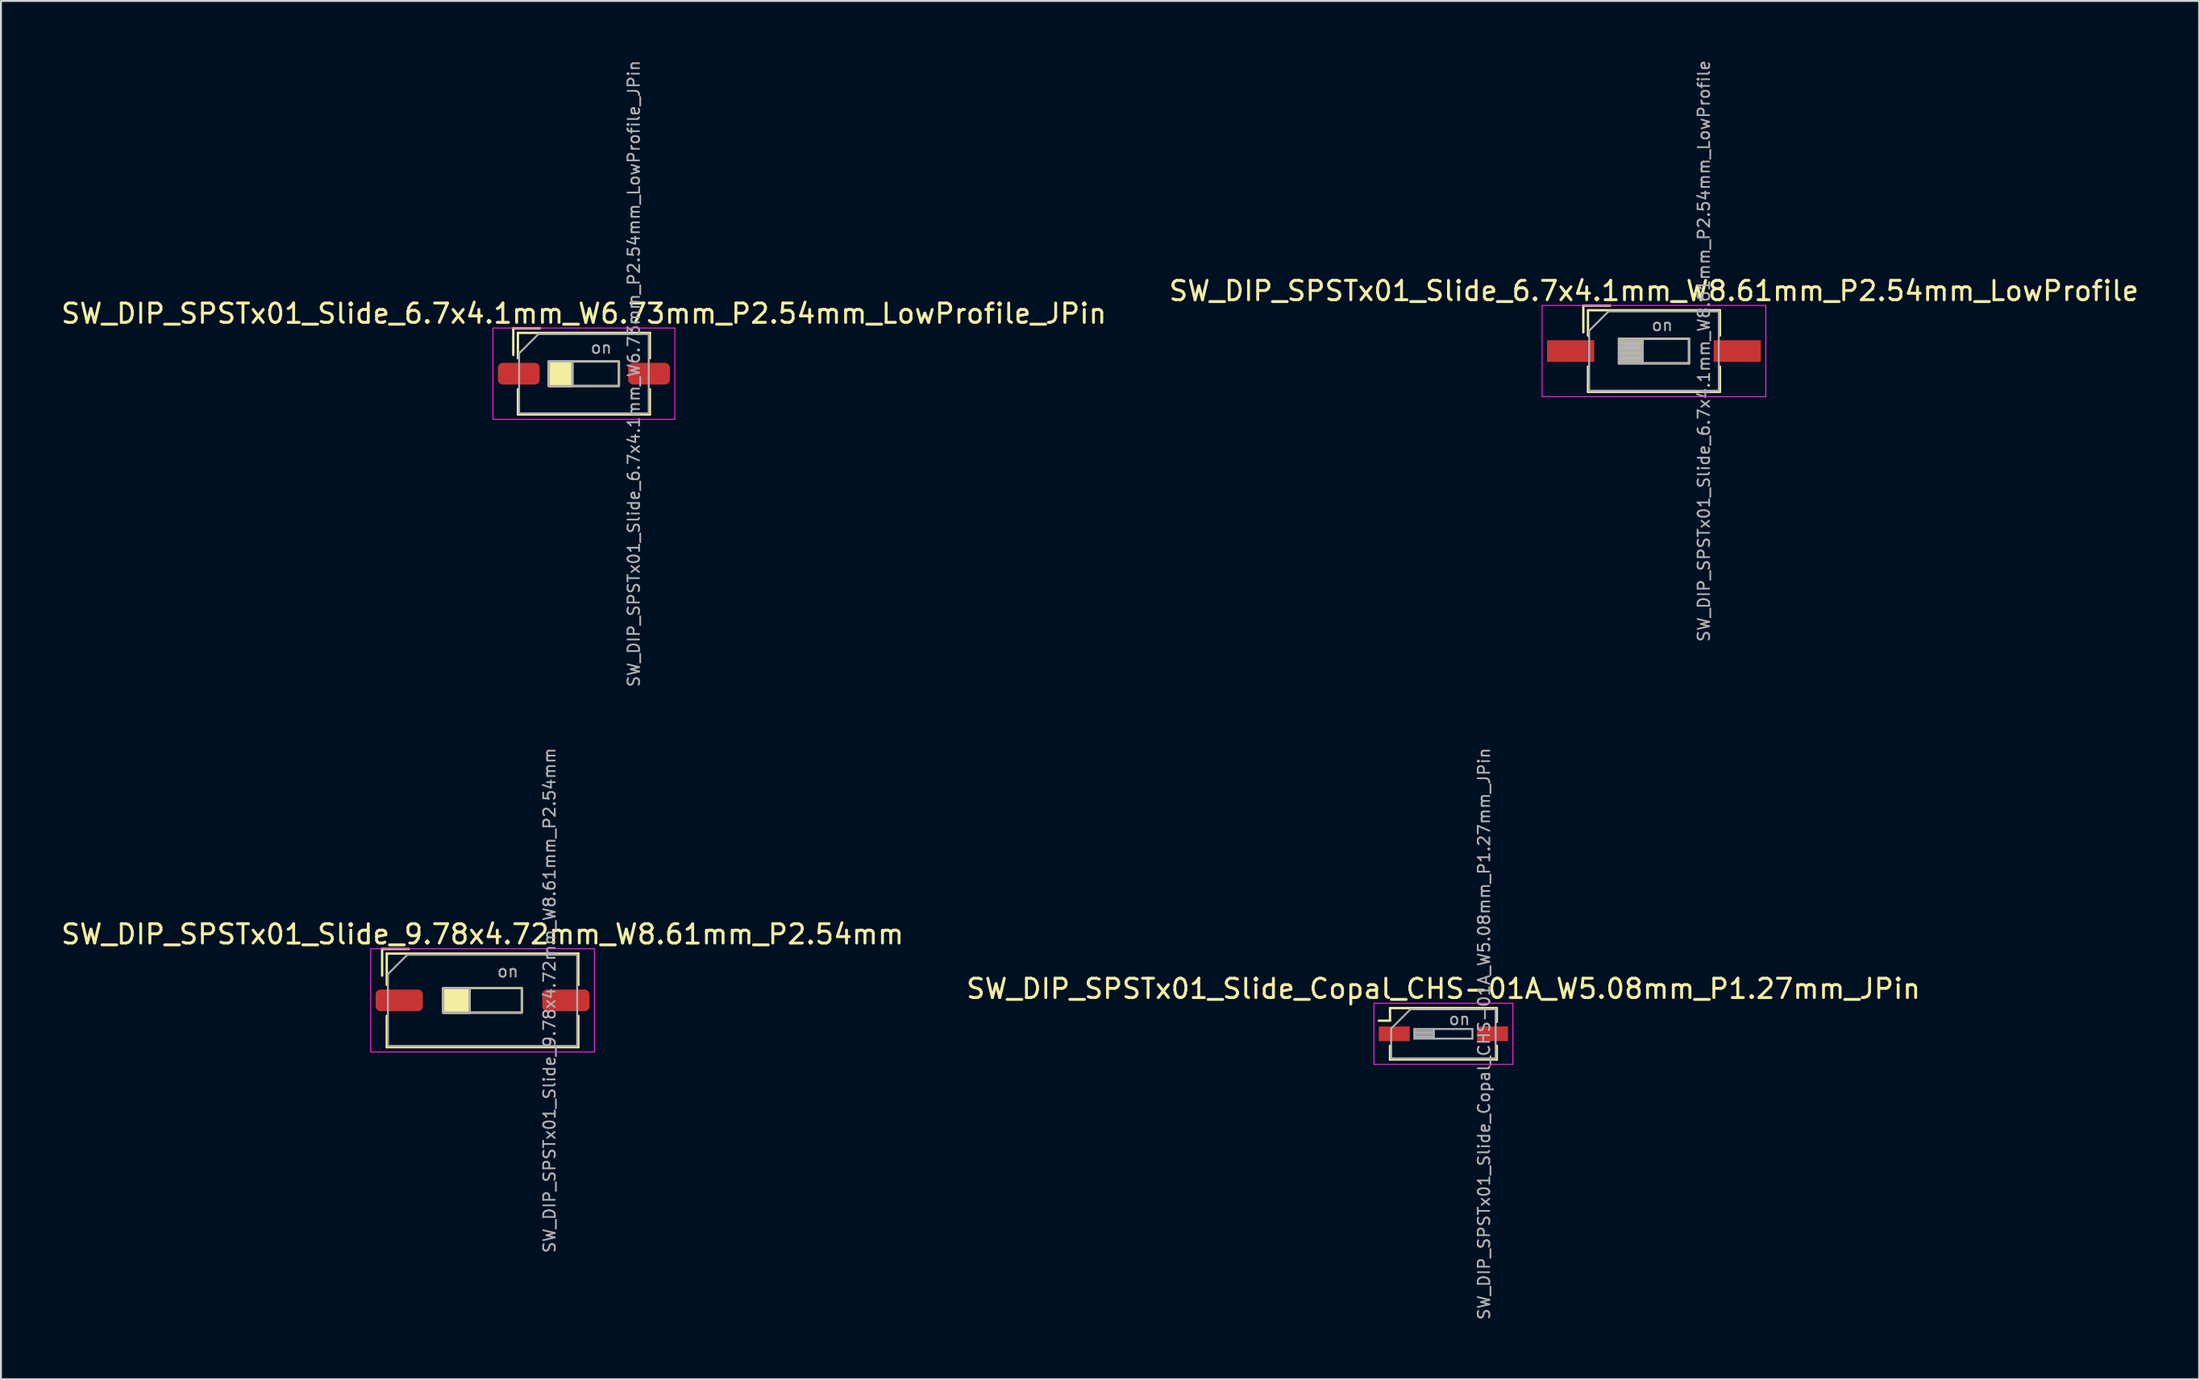
<source format=kicad_pcb>
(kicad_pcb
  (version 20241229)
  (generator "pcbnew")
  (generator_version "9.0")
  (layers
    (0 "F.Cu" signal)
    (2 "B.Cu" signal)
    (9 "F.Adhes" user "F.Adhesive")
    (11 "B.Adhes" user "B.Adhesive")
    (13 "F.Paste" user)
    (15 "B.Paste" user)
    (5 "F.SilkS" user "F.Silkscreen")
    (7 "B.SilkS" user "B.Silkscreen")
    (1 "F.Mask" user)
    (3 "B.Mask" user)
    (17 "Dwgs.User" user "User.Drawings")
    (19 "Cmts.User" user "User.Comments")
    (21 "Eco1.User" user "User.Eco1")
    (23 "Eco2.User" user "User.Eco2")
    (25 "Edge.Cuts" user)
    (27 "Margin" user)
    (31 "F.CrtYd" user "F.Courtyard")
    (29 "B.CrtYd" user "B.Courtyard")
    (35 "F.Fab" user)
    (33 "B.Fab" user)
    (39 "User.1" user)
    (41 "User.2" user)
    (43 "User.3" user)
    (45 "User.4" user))
  (footprint "SW_DIP_SPSTx01_Slide_6.7x4.1mm_W8.61mm_P2.54mm_LowProfile"
    (layer "F.Cu")
    (at 82.423 15.104)
    (property "Reference" "SW_DIP_SPSTx01_Slide_6.7x4.1mm_W8.61mm_P2.54mm_LowProfile" (at 0 -3.11 0) (layer "F.SilkS") (effects (font (size 1 1) (thickness 0.15))))
    (attr smd)
    (fp_line (start -3.65 -2.35) (end -3.65 -0.967) (stroke (width 0.12) (type solid)) (layer "F.SilkS"))
    (fp_line (start -3.65 -2.35) (end -2.267 -2.35) (stroke (width 0.12) (type solid)) (layer "F.SilkS"))
    (fp_line (start -3.41 -2.11) (end -3.41 -0.8) (stroke (width 0.12) (type solid)) (layer "F.SilkS"))
    (fp_line (start -3.41 -2.11) (end 3.41 -2.11) (stroke (width 0.12) (type solid)) (layer "F.SilkS"))
    (fp_line (start -3.41 0.8) (end -3.41 2.11) (stroke (width 0.12) (type solid)) (layer "F.SilkS"))
    (fp_line (start -3.41 2.11) (end 3.41 2.11) (stroke (width 0.12) (type solid)) (layer "F.SilkS"))
    (fp_line (start -1.81 -0.635) (end -1.81 0.635) (stroke (width 0.12) (type solid)) (layer "F.SilkS"))
    (fp_line (start -1.81 -0.515) (end -0.603 -0.515) (stroke (width 0.12) (type solid)) (layer "F.SilkS"))
    (fp_line (start -1.81 -0.395) (end -0.603 -0.395) (stroke (width 0.12) (type solid)) (layer "F.SilkS"))
    (fp_line (start -1.81 -0.275) (end -0.603 -0.275) (stroke (width 0.12) (type solid)) (layer "F.SilkS"))
    (fp_line (start -1.81 -0.155) (end -0.603 -0.155) (stroke (width 0.12) (type solid)) (layer "F.SilkS"))
    (fp_line (start -1.81 -0.035) (end -0.603 -0.035) (stroke (width 0.12) (type solid)) (layer "F.SilkS"))
    (fp_line (start -1.81 0.085) (end -0.603 0.085) (stroke (width 0.12) (type solid)) (layer "F.SilkS"))
    (fp_line (start -1.81 0.205) (end -0.603 0.205) (stroke (width 0.12) (type solid)) (layer "F.SilkS"))
    (fp_line (start -1.81 0.325) (end -0.603 0.325) (stroke (width 0.12) (type solid)) (layer "F.SilkS"))
    (fp_line (start -1.81 0.445) (end -0.603 0.445) (stroke (width 0.12) (type solid)) (layer "F.SilkS"))
    (fp_line (start -1.81 0.565) (end -0.603 0.565) (stroke (width 0.12) (type solid)) (layer "F.SilkS"))
    (fp_line (start -1.81 0.635) (end 1.81 0.635) (stroke (width 0.12) (type solid)) (layer "F.SilkS"))
    (fp_line (start -0.603 -0.635) (end -0.603 0.635) (stroke (width 0.12) (type solid)) (layer "F.SilkS"))
    (fp_line (start 1.81 -0.635) (end -1.81 -0.635) (stroke (width 0.12) (type solid)) (layer "F.SilkS"))
    (fp_line (start 1.81 0.635) (end 1.81 -0.635) (stroke (width 0.12) (type solid)) (layer "F.SilkS"))
    (fp_line (start 3.41 -2.11) (end 3.41 -0.8) (stroke (width 0.12) (type solid)) (layer "F.SilkS"))
    (fp_line (start 3.41 0.8) (end 3.41 2.11) (stroke (width 0.12) (type solid)) (layer "F.SilkS"))
    (fp_line (start -5.78 -2.36) (end -5.78 2.36) (stroke (width 0.05) (type solid)) (layer "F.CrtYd"))
    (fp_line (start -5.78 2.36) (end 5.78 2.36) (stroke (width 0.05) (type solid)) (layer "F.CrtYd"))
    (fp_line (start 5.78 -2.36) (end -5.78 -2.36) (stroke (width 0.05) (type solid)) (layer "F.CrtYd"))
    (fp_line (start 5.78 2.36) (end 5.78 -2.36) (stroke (width 0.05) (type solid)) (layer "F.CrtYd"))
    (fp_line (start -3.35 -1.05) (end -2.35 -2.05) (stroke (width 0.1) (type solid)) (layer "F.Fab"))
    (fp_line (start -3.35 2.05) (end -3.35 -1.05) (stroke (width 0.1) (type solid)) (layer "F.Fab"))
    (fp_line (start -2.35 -2.05) (end 3.35 -2.05) (stroke (width 0.1) (type solid)) (layer "F.Fab"))
    (fp_line (start -1.81 -0.635) (end -1.81 0.635) (stroke (width 0.1) (type solid)) (layer "F.Fab"))
    (fp_line (start -1.81 -0.535) (end -0.603 -0.535) (stroke (width 0.1) (type solid)) (layer "F.Fab"))
    (fp_line (start -1.81 -0.435) (end -0.603 -0.435) (stroke (width 0.1) (type solid)) (layer "F.Fab"))
    (fp_line (start -1.81 -0.335) (end -0.603 -0.335) (stroke (width 0.1) (type solid)) (layer "F.Fab"))
    (fp_line (start -1.81 -0.235) (end -0.603 -0.235) (stroke (width 0.1) (type solid)) (layer "F.Fab"))
    (fp_line (start -1.81 -0.135) (end -0.603 -0.135) (stroke (width 0.1) (type solid)) (layer "F.Fab"))
    (fp_line (start -1.81 -0.035) (end -0.603 -0.035) (stroke (width 0.1) (type solid)) (layer "F.Fab"))
    (fp_line (start -1.81 0.065) (end -0.603 0.065) (stroke (width 0.1) (type solid)) (layer "F.Fab"))
    (fp_line (start -1.81 0.165) (end -0.603 0.165) (stroke (width 0.1) (type solid)) (layer "F.Fab"))
    (fp_line (start -1.81 0.265) (end -0.603 0.265) (stroke (width 0.1) (type solid)) (layer "F.Fab"))
    (fp_line (start -1.81 0.365) (end -0.603 0.365) (stroke (width 0.1) (type solid)) (layer "F.Fab"))
    (fp_line (start -1.81 0.465) (end -0.603 0.465) (stroke (width 0.1) (type solid)) (layer "F.Fab"))
    (fp_line (start -1.81 0.565) (end -0.603 0.565) (stroke (width 0.1) (type solid)) (layer "F.Fab"))
    (fp_line (start -1.81 0.635) (end 1.81 0.635) (stroke (width 0.1) (type solid)) (layer "F.Fab"))
    (fp_line (start -0.603 -0.635) (end -0.603 0.635) (stroke (width 0.1) (type solid)) (layer "F.Fab"))
    (fp_line (start 1.81 -0.635) (end -1.81 -0.635) (stroke (width 0.1) (type solid)) (layer "F.Fab"))
    (fp_line (start 1.81 0.635) (end 1.81 -0.635) (stroke (width 0.1) (type solid)) (layer "F.Fab"))
    (fp_line (start 3.35 -2.05) (end 3.35 2.05) (stroke (width 0.1) (type solid)) (layer "F.Fab"))
    (fp_line (start 3.35 2.05) (end -3.35 2.05) (stroke (width 0.1) (type solid)) (layer "F.Fab"))
    (fp_text user "on" (at 0.427 -1.343 0) (layer "F.Fab") (effects (font (size 0.6 0.6) (thickness 0.09))))
    (fp_text user "${REFERENCE}" (at 2.58 0 90) (layer "F.Fab") (effects (font (size 0.6 0.6) (thickness 0.09))))
    (pad "1" smd rect (at -4.305 0) (size 2.44 1.12) (layers "F.Cu" "F.Mask" "F.Paste"))
    (pad "2" smd rect (at 4.305 0) (size 2.44 1.12) (layers "F.Cu" "F.Mask" "F.Paste")))
  (footprint "SW_DIP_SPSTx01_Slide_Copal_CHS-01A_W5.08mm_P1.27mm_JPin"
    (layer "F.Cu")
    (at 71.542 50.411)
    (property "Reference" "SW_DIP_SPSTx01_Slide_Copal_CHS-01A_W5.08mm_P1.27mm_JPin" (at 0 -2.33 0) (layer "F.SilkS") (effects (font (size 1 1) (thickness 0.15))))
    (attr smd)
    (fp_line (start -3.34 -0.68) (end -2.76 -0.68) (stroke (width 0.12) (type solid)) (layer "F.SilkS"))
    (fp_line (start -2.76 -1.33) (end -2.76 -0.68) (stroke (width 0.12) (type solid)) (layer "F.SilkS"))
    (fp_line (start -2.76 -1.33) (end 2.76 -1.33) (stroke (width 0.12) (type solid)) (layer "F.SilkS"))
    (fp_line (start -2.76 1.33) (end -2.76 0.62) (stroke (width 0.12) (type solid)) (layer "F.SilkS"))
    (fp_line (start -2.76 1.33) (end 2.76 1.33) (stroke (width 0.12) (type solid)) (layer "F.SilkS"))
    (fp_line (start 2.76 -1.33) (end 2.76 -0.62) (stroke (width 0.12) (type solid)) (layer "F.SilkS"))
    (fp_line (start 2.76 1.33) (end 2.76 0.62) (stroke (width 0.12) (type solid)) (layer "F.SilkS"))
    (fp_line (start -3.59 -1.58) (end -3.59 1.58) (stroke (width 0.05) (type solid)) (layer "F.CrtYd"))
    (fp_line (start -3.59 1.58) (end 3.59 1.58) (stroke (width 0.05) (type solid)) (layer "F.CrtYd"))
    (fp_line (start 3.59 -1.58) (end -3.59 -1.58) (stroke (width 0.05) (type solid)) (layer "F.CrtYd"))
    (fp_line (start 3.59 1.58) (end 3.59 -1.58) (stroke (width 0.05) (type solid)) (layer "F.CrtYd"))
    (fp_line (start -2.7 -0.27) (end -1.7 -1.27) (stroke (width 0.1) (type solid)) (layer "F.Fab"))
    (fp_line (start -2.7 1.27) (end -2.7 -0.27) (stroke (width 0.1) (type solid)) (layer "F.Fab"))
    (fp_line (start -1.7 -1.27) (end 2.7 -1.27) (stroke (width 0.1) (type solid)) (layer "F.Fab"))
    (fp_line (start -1.5 -0.25) (end -1.5 0.25) (stroke (width 0.1) (type solid)) (layer "F.Fab"))
    (fp_line (start -1.5 -0.15) (end -0.5 -0.15) (stroke (width 0.1) (type solid)) (layer "F.Fab"))
    (fp_line (start -1.5 -0.05) (end -0.5 -0.05) (stroke (width 0.1) (type solid)) (layer "F.Fab"))
    (fp_line (start -1.5 0.05) (end -0.5 0.05) (stroke (width 0.1) (type solid)) (layer "F.Fab"))
    (fp_line (start -1.5 0.15) (end -0.5 0.15) (stroke (width 0.1) (type solid)) (layer "F.Fab"))
    (fp_line (start -1.5 0.25) (end 1.5 0.25) (stroke (width 0.1) (type solid)) (layer "F.Fab"))
    (fp_line (start -0.5 -0.25) (end -0.5 0.25) (stroke (width 0.1) (type solid)) (layer "F.Fab"))
    (fp_line (start 1.5 -0.25) (end -1.5 -0.25) (stroke (width 0.1) (type solid)) (layer "F.Fab"))
    (fp_line (start 1.5 0.25) (end 1.5 -0.25) (stroke (width 0.1) (type solid)) (layer "F.Fab"))
    (fp_line (start 2.7 -1.27) (end 2.7 1.27) (stroke (width 0.1) (type solid)) (layer "F.Fab"))
    (fp_line (start 2.7 1.27) (end -2.7 1.27) (stroke (width 0.1) (type solid)) (layer "F.Fab"))
    (fp_text user "on" (at 0.83 -0.76 0) (layer "F.Fab") (effects (font (size 0.6 0.6) (thickness 0.09))))
    (fp_text user "${REFERENCE}" (at 2.1 0 90) (layer "F.Fab") (effects (font (size 0.6 0.6) (thickness 0.09))))
    (pad "1" smd rect (at -2.54 0) (size 1.6 0.76) (layers "F.Cu" "F.Mask" "F.Paste"))
    (pad "2" smd rect (at 2.54 0) (size 1.6 0.76) (layers "F.Cu" "F.Mask" "F.Paste")))
  (footprint "SW_DIP_SPSTx01_Slide_6.7x4.1mm_W6.73mm_P2.54mm_LowProfile_JPin"
    (layer "F.Cu")
    (at 27.125 16.275)
    (property "Reference" "SW_DIP_SPSTx01_Slide_6.7x4.1mm_W6.73mm_P2.54mm_LowProfile_JPin" (at 0 -3.11 0) (layer "F.SilkS") (effects (font (size 1 1) (thickness 0.15))))
    (attr smd)
    (fp_line (start -3.65 -2.35) (end -3.65 -0.967) (stroke (width 0.12) (type solid)) (layer "F.SilkS"))
    (fp_line (start -3.65 -2.35) (end -2.267 -2.35) (stroke (width 0.12) (type solid)) (layer "F.SilkS"))
    (fp_line (start -3.41 -2.11) (end -3.41 -0.8) (stroke (width 0.12) (type solid)) (layer "F.SilkS"))
    (fp_line (start -3.41 -2.11) (end 3.41 -2.11) (stroke (width 0.12) (type solid)) (layer "F.SilkS"))
    (fp_line (start -3.41 0.8) (end -3.41 2.11) (stroke (width 0.12) (type solid)) (layer "F.SilkS"))
    (fp_line (start -3.41 2.11) (end 3.41 2.11) (stroke (width 0.12) (type solid)) (layer "F.SilkS"))
    (fp_line (start -0.603 -0.635) (end -0.603 0.635) (stroke (width 0.12) (type solid)) (layer "F.SilkS"))
    (fp_line (start 3.41 -2.11) (end 3.41 -0.8) (stroke (width 0.12) (type solid)) (layer "F.SilkS"))
    (fp_line (start 3.41 0.8) (end 3.41 2.11) (stroke (width 0.12) (type solid)) (layer "F.SilkS"))
    (fp_rect (start -1.81 -0.635) (end -0.603 0.635) (stroke (width 0.12) (type solid)) (fill yes) (layer "F.SilkS"))
    (fp_rect (start -1.81 -0.635) (end 1.81 0.635) (stroke (width 0.12) (type solid)) (fill no) (layer "F.SilkS"))
    (fp_rect (start -4.7 -2.36) (end 4.7 2.36) (stroke (width 0.05) (type solid)) (fill no) (layer "F.CrtYd"))
    (fp_line (start -3.35 -1.05) (end -2.35 -2.05) (stroke (width 0.1) (type solid)) (layer "F.Fab"))
    (fp_line (start -3.35 2.05) (end -3.35 -1.05) (stroke (width 0.1) (type solid)) (layer "F.Fab"))
    (fp_line (start -2.35 -2.05) (end 3.35 -2.05) (stroke (width 0.1) (type solid)) (layer "F.Fab"))
    (fp_line (start -0.603 -0.635) (end -0.603 0.635) (stroke (width 0.1) (type solid)) (layer "F.Fab"))
    (fp_line (start 3.35 -2.05) (end 3.35 2.05) (stroke (width 0.1) (type solid)) (layer "F.Fab"))
    (fp_line (start 3.35 2.05) (end -3.35 2.05) (stroke (width 0.1) (type solid)) (layer "F.Fab"))
    (fp_rect (start -1.81 -0.635) (end -0.603 0.635) (stroke (width 0.1) (type solid)) (fill no) (layer "F.Fab"))
    (fp_rect (start -1.81 -0.635) (end 1.81 0.635) (stroke (width 0.1) (type solid)) (fill no) (layer "F.Fab"))
    (fp_text user "on" (at 0.897 -1.343 0) (layer "F.Fab") (effects (font (size 0.6 0.6) (thickness 0.09))))
    (fp_text user "${REFERENCE}" (at 2.58 0 90) (layer "F.Fab") (effects (font (size 0.6 0.6) (thickness 0.09))))
    (pad "1" smd roundrect (at -3.365 0) (size 2.16 1.12) (layers "F.Cu" "F.Mask" "F.Paste") (roundrect_rratio 0.223))
    (pad "2" smd roundrect (at 3.365 0) (size 2.16 1.12) (layers "F.Cu" "F.Mask" "F.Paste") (roundrect_rratio 0.223)))
  (footprint "SW_DIP_SPSTx01_Slide_9.78x4.72mm_W8.61mm_P2.54mm"
    (layer "F.Cu")
    (at 21.887 48.682)
    (property "Reference" "SW_DIP_SPSTx01_Slide_9.78x4.72mm_W8.61mm_P2.54mm" (at 0 -3.42 0) (layer "F.SilkS") (effects (font (size 1 1) (thickness 0.15))))
    (attr smd)
    (fp_line (start -5.19 -2.66) (end -5.19 -1.277) (stroke (width 0.12) (type solid)) (layer "F.SilkS"))
    (fp_line (start -5.19 -2.66) (end -3.807 -2.66) (stroke (width 0.12) (type solid)) (layer "F.SilkS"))
    (fp_line (start -4.95 -2.42) (end -4.95 -0.8) (stroke (width 0.12) (type solid)) (layer "F.SilkS"))
    (fp_line (start -4.95 -2.42) (end 4.95 -2.42) (stroke (width 0.12) (type solid)) (layer "F.SilkS"))
    (fp_line (start -4.95 0.8) (end -4.95 2.42) (stroke (width 0.12) (type solid)) (layer "F.SilkS"))
    (fp_line (start -4.95 2.42) (end 4.95 2.42) (stroke (width 0.12) (type solid)) (layer "F.SilkS"))
    (fp_line (start -0.677 -0.635) (end -0.677 0.635) (stroke (width 0.12) (type solid)) (layer "F.SilkS"))
    (fp_line (start 4.95 -2.42) (end 4.95 -0.8) (stroke (width 0.12) (type solid)) (layer "F.SilkS"))
    (fp_line (start 4.95 0.8) (end 4.95 2.42) (stroke (width 0.12) (type solid)) (layer "F.SilkS"))
    (fp_rect (start -2.03 -0.635) (end -0.677 0.635) (stroke (width 0.12) (type solid)) (fill yes) (layer "F.SilkS"))
    (fp_rect (start -2.03 -0.635) (end 2.03 0.635) (stroke (width 0.12) (type solid)) (fill no) (layer "F.SilkS"))
    (fp_rect (start -5.78 -2.67) (end 5.78 2.67) (stroke (width 0.05) (type solid)) (fill no) (layer "F.CrtYd"))
    (fp_line (start -4.89 -1.36) (end -3.89 -2.36) (stroke (width 0.1) (type solid)) (layer "F.Fab"))
    (fp_line (start -4.89 2.36) (end -4.89 -1.36) (stroke (width 0.1) (type solid)) (layer "F.Fab"))
    (fp_line (start -3.89 -2.36) (end 4.89 -2.36) (stroke (width 0.1) (type solid)) (layer "F.Fab"))
    (fp_line (start -0.677 -0.635) (end -0.677 0.635) (stroke (width 0.1) (type solid)) (layer "F.Fab"))
    (fp_line (start 4.89 -2.36) (end 4.89 2.36) (stroke (width 0.1) (type solid)) (layer "F.Fab"))
    (fp_line (start 4.89 2.36) (end -4.89 2.36) (stroke (width 0.1) (type solid)) (layer "F.Fab"))
    (fp_rect (start -2.03 -0.635) (end -0.677 0.635) (stroke (width 0.1) (type solid)) (fill no) (layer "F.Fab"))
    (fp_rect (start -2.03 -0.635) (end 2.03 0.635) (stroke (width 0.1) (type solid)) (fill no) (layer "F.Fab"))
    (fp_text user "${REFERENCE}" (at 3.46 0 90) (layer "F.Fab") (effects (font (size 0.6 0.6) (thickness 0.09))))
    (fp_text user "on" (at 1.308 -1.498 0) (layer "F.Fab") (effects (font (size 0.6 0.6) (thickness 0.09))))
    (pad "1" smd roundrect (at -4.305 0) (size 2.44 1.12) (layers "F.Cu" "F.Mask" "F.Paste") (roundrect_rratio 0.223))
    (pad "2" smd roundrect (at 4.305 0) (size 2.44 1.12) (layers "F.Cu" "F.Mask" "F.Paste") (roundrect_rratio 0.223)))
  (gr_rect
    (start -3 -3)
    (end 110.595 68.271)
    (stroke (width 0.1) (type default))
    (fill no)
    (layer "Edge.Cuts")))
</source>
